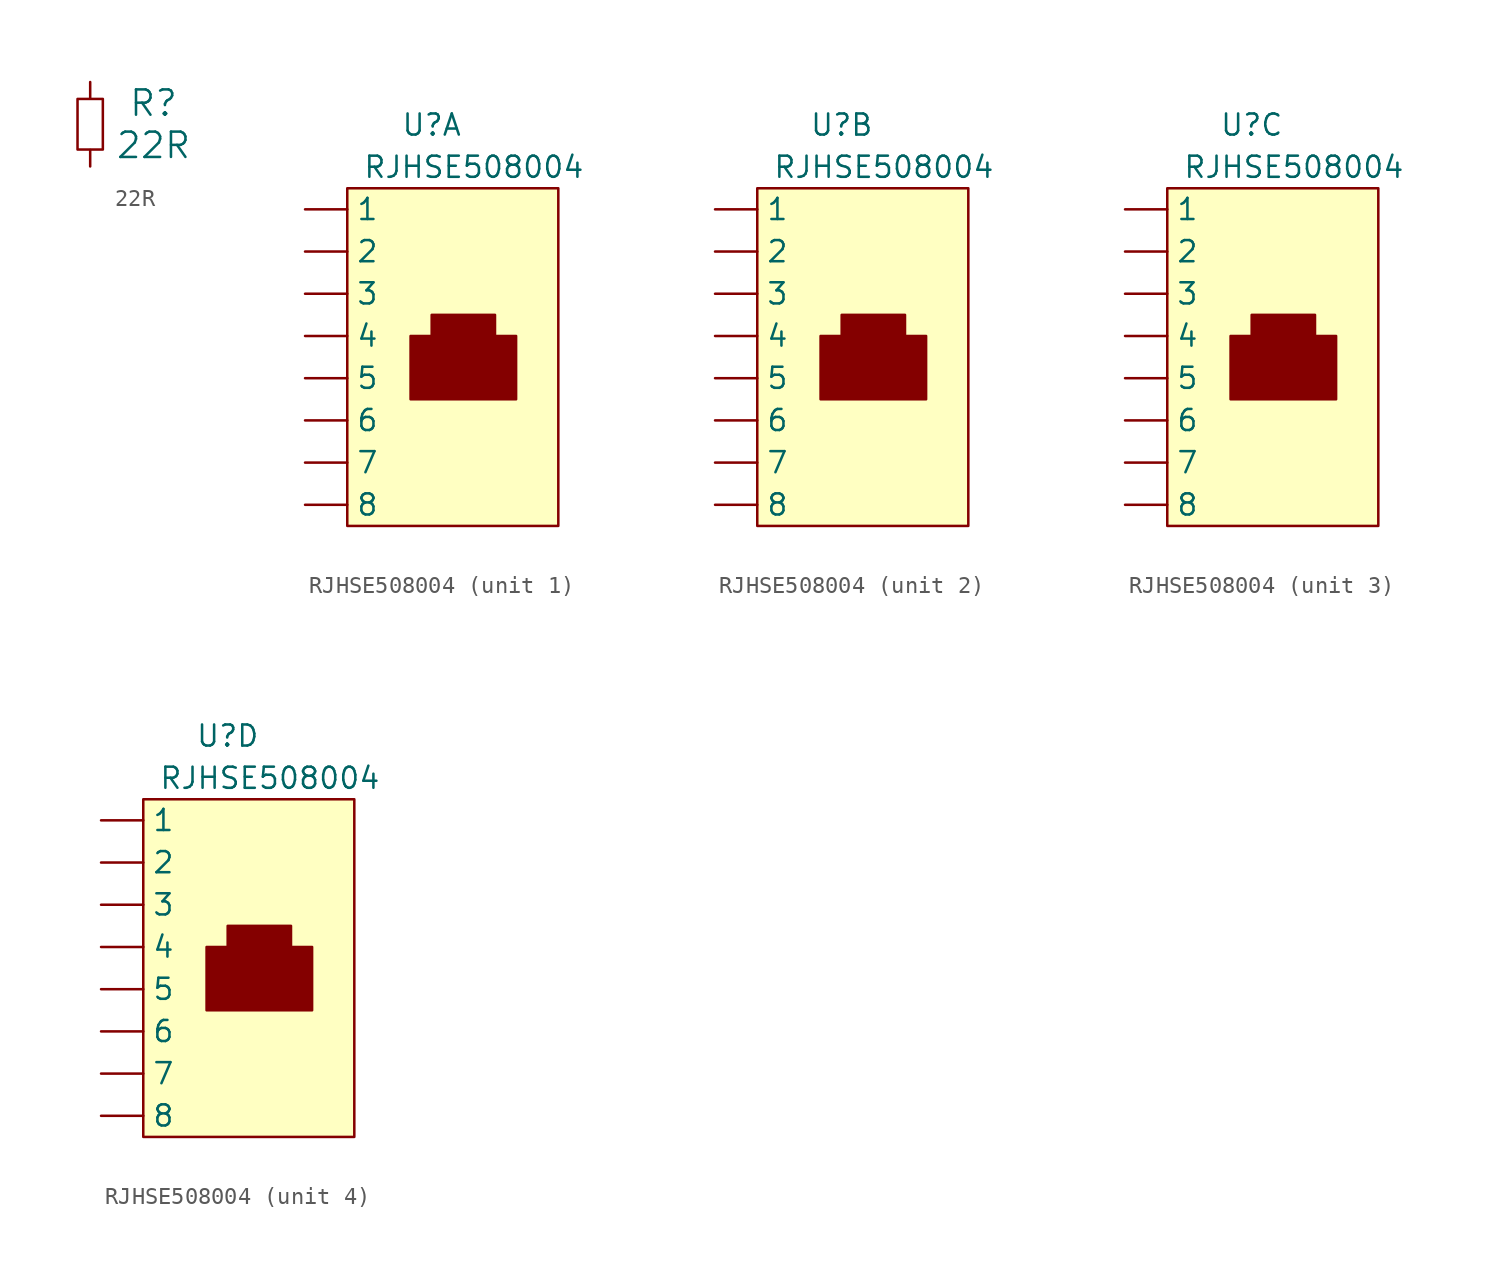
<source format=kicad_sym>
(kicad_symbol_lib
  (version 20211014)
  (generator kicad_symbol_editor)
  (symbol "22R"
    (pin_numbers hide)
    (pin_names
      (offset 1.016) hide)
    (property "Reference" "R"
      (at 3.81 1.27 0)
      (effects (font (size 1.524 1.524))))
    (property "Value" "22R"
      (at 3.81 -1.27 0)
      (effects (font (size 1.524 1.524))))
    (symbol "22R_0_1"
      (rectangle (start -0.762 -1.524) (end 0.762 1.524) (stroke (width 0) (type default) (color 0 0 0 0)) (fill (type none))))
    (symbol "22R_1_1"
      (pin input line (at 0 -2.54 90) (length 0.991) (name "~" (effects (font (size 1.27 1.27)))) (number "1" (effects (font (size 1.27 1.27)))))
      (pin input line (at 0 2.54 270) (length 0.991) (name "~" (effects (font (size 1.27 1.27)))) (number "2" (effects (font (size 1.27 1.27)))))))
  (symbol "RJHSE508004"
    (pin_numbers hide)
    (property "Reference" "U"
      (at 7.62 12.7 0)
      (effects (font (size 1.27 1.27))))
    (property "Value" "RJHSE508004"
      (at 10.16 10.16 0)
      (effects (font (size 1.27 1.27))))
    (symbol "RJHSE508004_0_1"
      (polyline (pts (xy 6.35 -3.81) (xy 12.7 -3.81) (xy 12.7 0) (xy 11.43 0) (xy 11.43 1.27) (xy 7.62 1.27) (xy 7.62 0) (xy 6.35 0) (xy 6.35 -3.81)) (stroke (width 0.152) (type default) (color 0 0 0 0)) (fill (type outline)))
      (rectangle (start 2.54 8.89) (end 15.24 -11.43) (stroke (width 0.152) (type default) (color 0 0 0 0)) (fill (type background))))
    (symbol "RJHSE508004_1_1"
      (pin bidirectional line (at 0 7.62 0) (length 2.54) (name "1" (effects (font (size 1.27 1.27)))) (number "1" (effects (font (size 1.27 1.27)))))
      (pin bidirectional line (at 0 5.08 0) (length 2.54) (name "2" (effects (font (size 1.27 1.27)))) (number "2" (effects (font (size 1.27 1.27)))))
      (pin bidirectional line (at 0 2.54 0) (length 2.54) (name "3" (effects (font (size 1.27 1.27)))) (number "3" (effects (font (size 1.27 1.27)))))
      (pin bidirectional line (at 0 0 0) (length 2.54) (name "4" (effects (font (size 1.27 1.27)))) (number "4" (effects (font (size 1.27 1.27)))))
      (pin bidirectional line (at 0 -2.54 0) (length 2.54) (name "5" (effects (font (size 1.27 1.27)))) (number "5" (effects (font (size 1.27 1.27)))))
      (pin bidirectional line (at 0 -5.08 0) (length 2.54) (name "6" (effects (font (size 1.27 1.27)))) (number "6" (effects (font (size 1.27 1.27)))))
      (pin bidirectional line (at 0 -7.62 0) (length 2.54) (name "7" (effects (font (size 1.27 1.27)))) (number "7" (effects (font (size 1.27 1.27)))))
      (pin bidirectional line (at 0 -10.16 0) (length 2.54) (name "8" (effects (font (size 1.27 1.27)))) (number "8" (effects (font (size 1.27 1.27))))))
    (symbol "RJHSE508004_2_1"
      (pin bidirectional line (at 0 7.62 0) (length 2.54) (name "1" (effects (font (size 1.27 1.27)))) (number "1-UB" (effects (font (size 1.27 1.27)))))
      (pin bidirectional line (at 0 5.08 0) (length 2.54) (name "2" (effects (font (size 1.27 1.27)))) (number "2-UB" (effects (font (size 1.27 1.27)))))
      (pin bidirectional line (at 0 2.54 0) (length 2.54) (name "3" (effects (font (size 1.27 1.27)))) (number "3-UB" (effects (font (size 1.27 1.27)))))
      (pin bidirectional line (at 0 0 0) (length 2.54) (name "4" (effects (font (size 1.27 1.27)))) (number "4-UB" (effects (font (size 1.27 1.27)))))
      (pin bidirectional line (at 0 -2.54 0) (length 2.54) (name "5" (effects (font (size 1.27 1.27)))) (number "5-UB" (effects (font (size 1.27 1.27)))))
      (pin bidirectional line (at 0 -5.08 0) (length 2.54) (name "6" (effects (font (size 1.27 1.27)))) (number "6-UB" (effects (font (size 1.27 1.27)))))
      (pin bidirectional line (at 0 -7.62 0) (length 2.54) (name "7" (effects (font (size 1.27 1.27)))) (number "7-UB" (effects (font (size 1.27 1.27)))))
      (pin bidirectional line (at 0 -10.16 0) (length 2.54) (name "8" (effects (font (size 1.27 1.27)))) (number "8-UB" (effects (font (size 1.27 1.27))))))
    (symbol "RJHSE508004_3_1"
      (pin bidirectional line (at 0 7.62 0) (length 2.54) (name "1" (effects (font (size 1.27 1.27)))) (number "1-UC" (effects (font (size 1.27 1.27)))))
      (pin bidirectional line (at 0 5.08 0) (length 2.54) (name "2" (effects (font (size 1.27 1.27)))) (number "2-UC" (effects (font (size 1.27 1.27)))))
      (pin bidirectional line (at 0 2.54 0) (length 2.54) (name "3" (effects (font (size 1.27 1.27)))) (number "3-UC" (effects (font (size 1.27 1.27)))))
      (pin bidirectional line (at 0 0 0) (length 2.54) (name "4" (effects (font (size 1.27 1.27)))) (number "4-UC" (effects (font (size 1.27 1.27)))))
      (pin bidirectional line (at 0 -2.54 0) (length 2.54) (name "5" (effects (font (size 1.27 1.27)))) (number "5-UC" (effects (font (size 1.27 1.27)))))
      (pin bidirectional line (at 0 -5.08 0) (length 2.54) (name "6" (effects (font (size 1.27 1.27)))) (number "6-UC" (effects (font (size 1.27 1.27)))))
      (pin bidirectional line (at 0 -7.62 0) (length 2.54) (name "7" (effects (font (size 1.27 1.27)))) (number "7-UC" (effects (font (size 1.27 1.27)))))
      (pin bidirectional line (at 0 -10.16 0) (length 2.54) (name "8" (effects (font (size 1.27 1.27)))) (number "8-UC" (effects (font (size 1.27 1.27))))))
    (symbol "RJHSE508004_4_1"
      (pin bidirectional line (at 0 7.62 0) (length 2.54) (name "1" (effects (font (size 1.27 1.27)))) (number "1-UD" (effects (font (size 1.27 1.27)))))
      (pin bidirectional line (at 0 5.08 0) (length 2.54) (name "2" (effects (font (size 1.27 1.27)))) (number "2-UD" (effects (font (size 1.27 1.27)))))
      (pin bidirectional line (at 0 2.54 0) (length 2.54) (name "3" (effects (font (size 1.27 1.27)))) (number "3-UD" (effects (font (size 1.27 1.27)))))
      (pin bidirectional line (at 0 0 0) (length 2.54) (name "4" (effects (font (size 1.27 1.27)))) (number "4-UD" (effects (font (size 1.27 1.27)))))
      (pin bidirectional line (at 0 -2.54 0) (length 2.54) (name "5" (effects (font (size 1.27 1.27)))) (number "5-UD" (effects (font (size 1.27 1.27)))))
      (pin bidirectional line (at 0 -5.08 0) (length 2.54) (name "6" (effects (font (size 1.27 1.27)))) (number "6-UD" (effects (font (size 1.27 1.27)))))
      (pin bidirectional line (at 0 -7.62 0) (length 2.54) (name "7" (effects (font (size 1.27 1.27)))) (number "7-UD" (effects (font (size 1.27 1.27)))))
      (pin bidirectional line (at 0 -10.16 0) (length 2.54) (name "8" (effects (font (size 1.27 1.27)))) (number "8-UD" (effects (font (size 1.27 1.27))))))))
</source>
